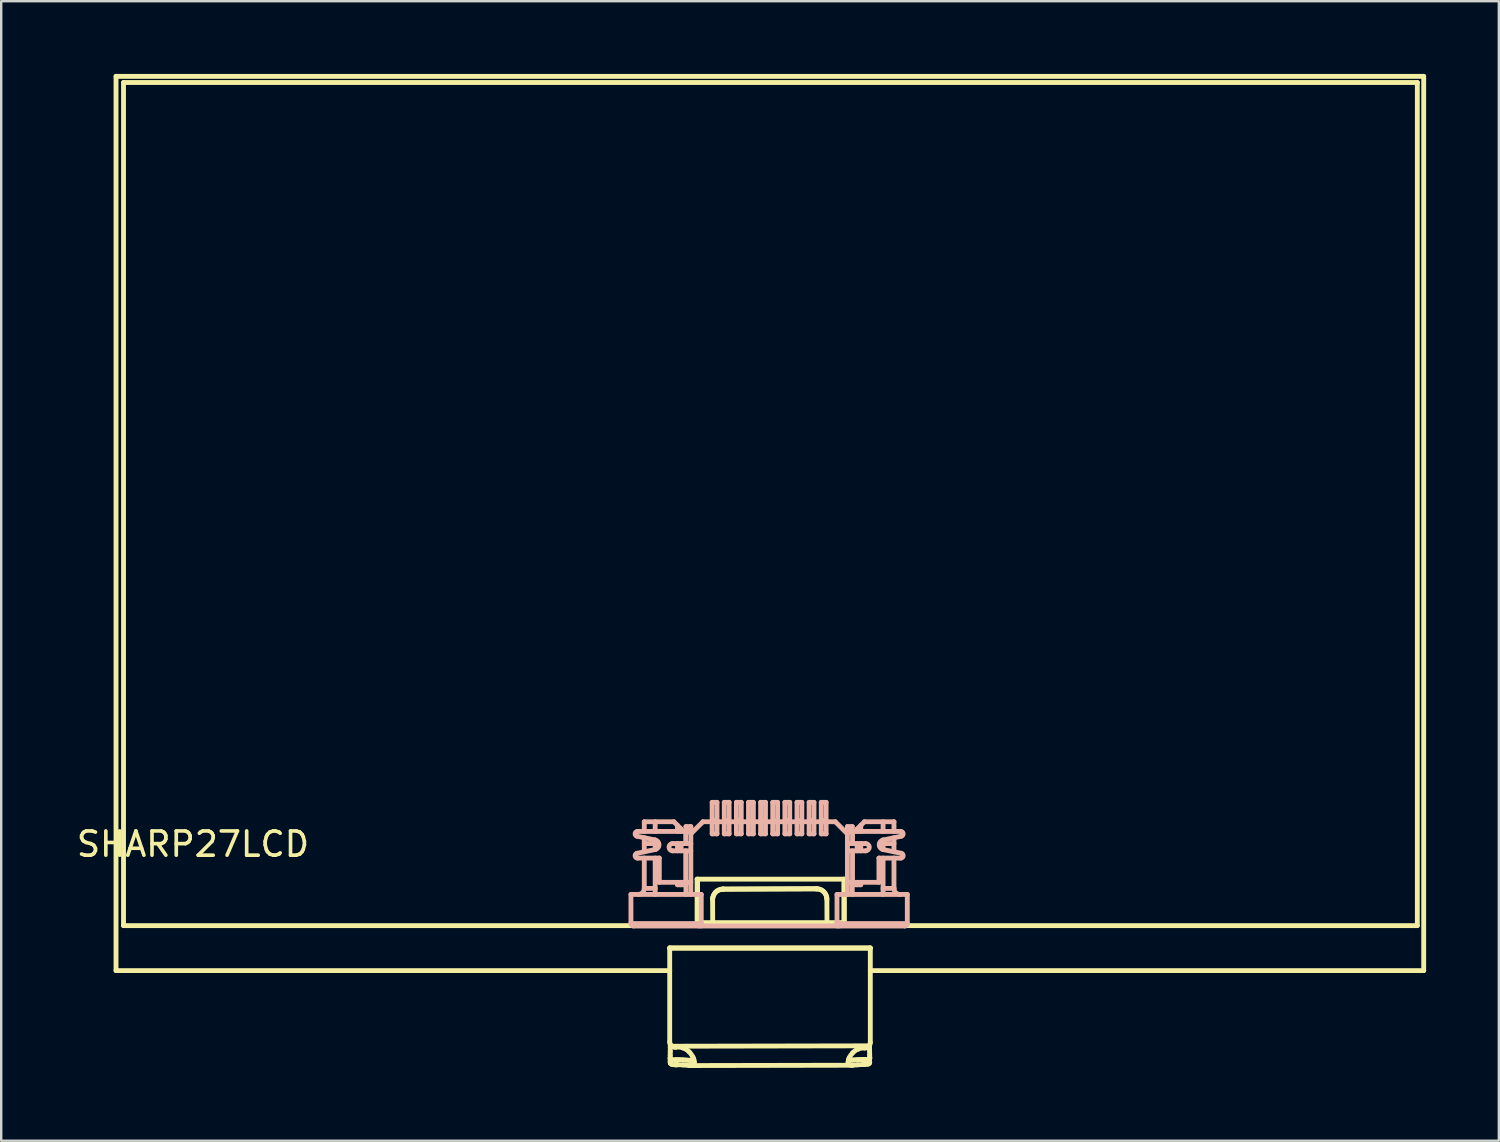
<source format=kicad_pcb>
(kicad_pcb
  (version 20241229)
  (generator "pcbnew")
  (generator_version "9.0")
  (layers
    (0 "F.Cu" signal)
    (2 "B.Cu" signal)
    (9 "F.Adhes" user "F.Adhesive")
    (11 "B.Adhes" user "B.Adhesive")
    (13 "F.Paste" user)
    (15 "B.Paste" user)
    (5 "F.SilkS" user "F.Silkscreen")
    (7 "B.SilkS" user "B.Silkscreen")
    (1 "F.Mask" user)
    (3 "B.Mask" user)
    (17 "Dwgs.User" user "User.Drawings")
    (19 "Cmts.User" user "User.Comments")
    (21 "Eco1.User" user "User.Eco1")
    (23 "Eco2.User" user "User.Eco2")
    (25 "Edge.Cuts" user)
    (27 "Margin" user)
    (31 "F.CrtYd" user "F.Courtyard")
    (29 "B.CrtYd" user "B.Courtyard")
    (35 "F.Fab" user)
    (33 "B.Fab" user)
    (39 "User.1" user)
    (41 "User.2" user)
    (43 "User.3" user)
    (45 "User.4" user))
  (footprint "SHARP27LCD"
    (layer "F.Cu")
    (at 1.507 37.156)
    (property "Reference" "SHARP27LCD" (at 3.404 -5.385 0) (layer "F.SilkS") (effects (font (size 1 1) (thickness 0.15))))
    (attr through_hole)
    (fp_line (start 0.229 -37.056) (end 0.229 -0.169) (stroke (width 0.2) (type solid)) (layer "F.SilkS"))
    (fp_line (start 0.229 -0.169) (end 23.068 -0.169) (stroke (width 0.2) (type solid)) (layer "F.SilkS"))
    (fp_line (start 0.538 -36.802) (end 0.538 -2.025) (stroke (width 0.2) (type solid)) (layer "F.SilkS"))
    (fp_line (start 0.538 -2.025) (end 53.907 -2.025) (stroke (width 0.2) (type solid)) (layer "F.SilkS"))
    (fp_line (start 23.068 -1.092) (end 23.068 2.777) (stroke (width 0.2) (type solid)) (layer "F.SilkS"))
    (fp_line (start 23.068 -1.092) (end 23.072 -1.108) (stroke (width 0.2) (type solid)) (layer "F.SilkS"))
    (fp_line (start 23.087 3.439) (end 23.089 3.624) (stroke (width 0.2) (type solid)) (layer "F.SilkS"))
    (fp_line (start 23.093 3.46) (end 23.095 3.654) (stroke (width 0.2) (type solid)) (layer "F.SilkS"))
    (fp_line (start 23.155 2.95) (end 31.298 2.934) (stroke (width 0.2) (type solid)) (layer "F.SilkS"))
    (fp_line (start 23.333 3.718) (end 23.332 3.51) (stroke (width 0.2) (type solid)) (layer "F.SilkS"))
    (fp_line (start 23.916 3.748) (end 30.594 3.735) (stroke (width 0.2) (type solid)) (layer "F.SilkS"))
    (fp_line (start 24.198 -3.94) (end 30.272 -3.94) (stroke (width 0.2) (type solid)) (layer "F.SilkS"))
    (fp_line (start 24.198 -2.048) (end 24.198 -3.94) (stroke (width 0.2) (type solid)) (layer "F.SilkS"))
    (fp_line (start 24.198 -2.048) (end 24.217 -2.149) (stroke (width 0.2) (type solid)) (layer "F.SilkS"))
    (fp_line (start 24.217 -2.149) (end 24.217 -3.94) (stroke (width 0.2) (type solid)) (layer "F.SilkS"))
    (fp_line (start 24.841 -2.149) (end 24.838 -3.094) (stroke (width 0.2) (type solid)) (layer "F.SilkS"))
    (fp_line (start 24.845 -3.174) (end 24.843 -3.16) (stroke (width 0.2) (type solid)) (layer "F.SilkS"))
    (fp_line (start 25.263 -3.522) (end 29.123 -3.537) (stroke (width 0.2) (type solid)) (layer "F.SilkS"))
    (fp_line (start 25.265 -3.537) (end 25.263 -3.522) (stroke (width 0.2) (type solid)) (layer "F.SilkS"))
    (fp_line (start 25.265 -3.537) (end 29.122 -3.551) (stroke (width 0.2) (type solid)) (layer "F.SilkS"))
    (fp_line (start 29.122 -3.551) (end 29.123 -3.537) (stroke (width 0.2) (type solid)) (layer "F.SilkS"))
    (fp_line (start 29.547 -3.174) (end 29.545 -3.188) (stroke (width 0.2) (type solid)) (layer "F.SilkS"))
    (fp_line (start 29.552 -3.111) (end 29.556 -2.149) (stroke (width 0.2) (type solid)) (layer "F.SilkS"))
    (fp_line (start 30.253 -3.94) (end 30.253 -2.149) (stroke (width 0.2) (type solid)) (layer "F.SilkS"))
    (fp_line (start 30.253 -2.149) (end 24.217 -2.149) (stroke (width 0.2) (type solid)) (layer "F.SilkS"))
    (fp_line (start 30.272 -3.94) (end 30.272 -2.048) (stroke (width 0.2) (type solid)) (layer "F.SilkS"))
    (fp_line (start 30.272 -2.048) (end 24.198 -2.048) (stroke (width 0.2) (type solid)) (layer "F.SilkS"))
    (fp_line (start 30.272 -2.048) (end 30.253 -2.149) (stroke (width 0.2) (type solid)) (layer "F.SilkS"))
    (fp_line (start 31.092 3.707) (end 31.092 3.498) (stroke (width 0.2) (type solid)) (layer "F.SilkS"))
    (fp_line (start 31.314 3.641) (end 31.315 3.447) (stroke (width 0.2) (type solid)) (layer "F.SilkS"))
    (fp_line (start 31.32 3.451) (end 31.32 3.428) (stroke (width 0.2) (type solid)) (layer "F.SilkS"))
    (fp_line (start 31.339 -1.108) (end 23.072 -1.108) (stroke (width 0.2) (type solid)) (layer "F.SilkS"))
    (fp_line (start 31.343 -1.092) (end 23.068 -1.092) (stroke (width 0.2) (type solid)) (layer "F.SilkS"))
    (fp_line (start 31.343 -1.092) (end 31.339 -1.108) (stroke (width 0.2) (type solid)) (layer "F.SilkS"))
    (fp_line (start 31.343 -0.169) (end 54.17 -0.169) (stroke (width 0.2) (type solid)) (layer "F.SilkS"))
    (fp_line (start 31.343 2.802) (end 31.343 -1.092) (stroke (width 0.2) (type solid)) (layer "F.SilkS"))
    (fp_line (start 53.907 -36.802) (end 0.538 -36.802) (stroke (width 0.2) (type solid)) (layer "F.SilkS"))
    (fp_line (start 53.907 -2.025) (end 53.907 -36.802) (stroke (width 0.2) (type solid)) (layer "F.SilkS"))
    (fp_line (start 54.17 -37.056) (end 0.229 -37.056) (stroke (width 0.2) (type solid)) (layer "F.SilkS"))
    (fp_line (start 54.17 -0.169) (end 54.17 -37.056) (stroke (width 0.2) (type solid)) (layer "F.SilkS"))
    (fp_arc (start 23.154666 2.949517) (mid 23.090867 2.873549) (end 23.067975 2.777022) (stroke (width 0.2) (type solid)) (layer "F.SilkS"))
    (fp_arc (start 24.837875 -3.09378) (mid 24.961813 -3.396197) (end 25.263292 -3.522401) (stroke (width 0.2) (type solid)) (layer "F.SilkS"))
    (fp_arc (start 24.844956 -3.17421) (mid 24.988099 -3.432973) (end 25.265101 -3.536503) (stroke (width 0.2) (type solid)) (layer "F.SilkS"))
    (fp_arc (start 29.121699 -3.550977) (mid 29.400763 -3.448427) (end 29.545076 -3.18849) (stroke (width 0.2) (type solid)) (layer "F.SilkS"))
    (fp_arc (start 29.123498 -3.536888) (mid 29.425915 -3.41295) (end 29.552119 -3.111471) (stroke (width 0.2) (type solid)) (layer "F.SilkS"))
    (fp_arc (start 31.342861 2.802226) (mid 31.331218 2.872012) (end 31.29755 2.934238) (stroke (width 0.2) (type solid)) (layer "F.SilkS"))
    (fp_curve (pts (xy 23.087 3.439) (xy 23.088 3.403) (xy 23.089 3.366) (xy 23.089 3.322)) (stroke (width 0.2) (type solid)) (layer "F.SilkS"))
    (fp_curve (pts (xy 23.089 3.322) (xy 23.09 3.277) (xy 23.091 3.224) (xy 23.091 3.168)) (stroke (width 0.2) (type solid)) (layer "F.SilkS"))
    (fp_curve (pts (xy 23.091 3.168) (xy 23.091 3.112) (xy 23.092 3.053) (xy 23.092 2.991)) (stroke (width 0.2) (type solid)) (layer "F.SilkS"))
    (fp_curve (pts (xy 23.092 2.991) (xy 23.092 2.951) (xy 23.091 2.911) (xy 23.091 2.87)) (stroke (width 0.2) (type solid)) (layer "F.SilkS"))
    (fp_curve (pts (xy 23.155 2.949) (xy 23.201 2.985) (xy 23.259 3.002) (xy 23.316 2.993)) (stroke (width 0.2) (type solid)) (layer "F.SilkS"))
    (fp_curve (pts (xy 23.156 3.7) (xy 23.111 3.684) (xy 23.087 3.658) (xy 23.089 3.624)) (stroke (width 0.2) (type solid)) (layer "F.SilkS"))
    (fp_curve (pts (xy 23.167 3.5) (xy 23.12 3.49) (xy 23.085 3.47) (xy 23.087 3.439)) (stroke (width 0.2) (type solid)) (layer "F.SilkS"))
    (fp_curve (pts (xy 23.316 2.995) (xy 23.417 2.974) (xy 23.52 2.987) (xy 23.616 3.02)) (stroke (width 0.2) (type solid)) (layer "F.SilkS"))
    (fp_curve (pts (xy 23.332 3.51) (xy 23.274 3.512) (xy 23.214 3.51) (xy 23.167 3.5)) (stroke (width 0.2) (type solid)) (layer "F.SilkS"))
    (fp_curve (pts (xy 23.333 3.718) (xy 23.267 3.721) (xy 23.2 3.715) (xy 23.156 3.7)) (stroke (width 0.2) (type solid)) (layer "F.SilkS"))
    (fp_curve (pts (xy 23.419 3.508) (xy 23.39 3.508) (xy 23.361 3.509) (xy 23.332 3.51)) (stroke (width 0.2) (type solid)) (layer "F.SilkS"))
    (fp_curve (pts (xy 23.504 3.509) (xy 23.476 3.508) (xy 23.447 3.508) (xy 23.419 3.508)) (stroke (width 0.2) (type solid)) (layer "F.SilkS"))
    (fp_curve (pts (xy 23.613 3.513) (xy 23.577 3.511) (xy 23.541 3.51) (xy 23.504 3.509)) (stroke (width 0.2) (type solid)) (layer "F.SilkS"))
    (fp_curve (pts (xy 23.616 3.02) (xy 23.712 3.054) (xy 23.798 3.111) (xy 23.868 3.18)) (stroke (width 0.2) (type solid)) (layer "F.SilkS"))
    (fp_curve (pts (xy 23.63 3.723) (xy 23.536 3.715) (xy 23.433 3.712) (xy 23.333 3.718)) (stroke (width 0.2) (type solid)) (layer "F.SilkS"))
    (fp_curve (pts (xy 23.716 3.52) (xy 23.683 3.518) (xy 23.648 3.515) (xy 23.613 3.513)) (stroke (width 0.2) (type solid)) (layer "F.SilkS"))
    (fp_curve (pts (xy 23.799 3.527) (xy 23.772 3.525) (xy 23.744 3.522) (xy 23.716 3.52)) (stroke (width 0.2) (type solid)) (layer "F.SilkS"))
    (fp_curve (pts (xy 23.868 3.18) (xy 23.938 3.249) (xy 23.992 3.329) (xy 24.028 3.404)) (stroke (width 0.2) (type solid)) (layer "F.SilkS"))
    (fp_curve (pts (xy 23.873 3.531) (xy 23.85 3.53) (xy 23.825 3.529) (xy 23.799 3.527)) (stroke (width 0.2) (type solid)) (layer "F.SilkS"))
    (fp_curve (pts (xy 23.879 3.747) (xy 23.81 3.743) (xy 23.725 3.731) (xy 23.63 3.723)) (stroke (width 0.2) (type solid)) (layer "F.SilkS"))
    (fp_curve (pts (xy 23.931 3.532) (xy 23.913 3.533) (xy 23.894 3.532) (xy 23.873 3.531)) (stroke (width 0.2) (type solid)) (layer "F.SilkS"))
    (fp_curve (pts (xy 23.981 3.528) (xy 23.966 3.531) (xy 23.949 3.532) (xy 23.931 3.532)) (stroke (width 0.2) (type solid)) (layer "F.SilkS"))
    (fp_curve (pts (xy 24.02 3.52) (xy 24.008 3.523) (xy 23.995 3.526) (xy 23.981 3.528)) (stroke (width 0.2) (type solid)) (layer "F.SilkS"))
    (fp_curve (pts (xy 24.028 3.404) (xy 24.065 3.479) (xy 24.084 3.549) (xy 24.085 3.605)) (stroke (width 0.2) (type solid)) (layer "F.SilkS"))
    (fp_curve (pts (xy 24.034 3.722) (xy 24 3.745) (xy 23.948 3.75) (xy 23.879 3.747)) (stroke (width 0.2) (type solid)) (layer "F.SilkS"))
    (fp_curve (pts (xy 24.049 3.505) (xy 24.041 3.511) (xy 24.031 3.516) (xy 24.02 3.52)) (stroke (width 0.2) (type solid)) (layer "F.SilkS"))
    (fp_curve (pts (xy 24.062 3.492) (xy 24.058 3.496) (xy 24.054 3.501) (xy 24.049 3.505)) (stroke (width 0.2) (type solid)) (layer "F.SilkS"))
    (fp_curve (pts (xy 24.085 3.605) (xy 24.086 3.661) (xy 24.069 3.7) (xy 24.034 3.722)) (stroke (width 0.2) (type solid)) (layer "F.SilkS"))
    (fp_curve (pts (xy 30.426 3.6) (xy 30.427 3.551) (xy 30.444 3.489) (xy 30.476 3.422)) (stroke (width 0.2) (type solid)) (layer "F.SilkS"))
    (fp_curve (pts (xy 30.46 3.494) (xy 30.457 3.491) (xy 30.454 3.488) (xy 30.451 3.485)) (stroke (width 0.2) (type solid)) (layer "F.SilkS"))
    (fp_curve (pts (xy 30.469 3.707) (xy 30.439 3.686) (xy 30.425 3.65) (xy 30.426 3.6)) (stroke (width 0.2) (type solid)) (layer "F.SilkS"))
    (fp_curve (pts (xy 30.476 3.422) (xy 30.508 3.355) (xy 30.555 3.284) (xy 30.617 3.222)) (stroke (width 0.2) (type solid)) (layer "F.SilkS"))
    (fp_curve (pts (xy 30.494 3.51) (xy 30.481 3.506) (xy 30.469 3.501) (xy 30.46 3.494)) (stroke (width 0.2) (type solid)) (layer "F.SilkS"))
    (fp_curve (pts (xy 30.537 3.517) (xy 30.521 3.516) (xy 30.507 3.513) (xy 30.494 3.51)) (stroke (width 0.2) (type solid)) (layer "F.SilkS"))
    (fp_curve (pts (xy 30.6 3.52) (xy 30.577 3.52) (xy 30.556 3.52) (xy 30.537 3.517)) (stroke (width 0.2) (type solid)) (layer "F.SilkS"))
    (fp_curve (pts (xy 30.604 3.735) (xy 30.544 3.736) (xy 30.499 3.729) (xy 30.469 3.707)) (stroke (width 0.2) (type solid)) (layer "F.SilkS"))
    (fp_curve (pts (xy 30.617 3.222) (xy 30.678 3.159) (xy 30.754 3.104) (xy 30.839 3.069)) (stroke (width 0.2) (type solid)) (layer "F.SilkS"))
    (fp_curve (pts (xy 30.67 3.517) (xy 30.645 3.519) (xy 30.622 3.52) (xy 30.6 3.52)) (stroke (width 0.2) (type solid)) (layer "F.SilkS"))
    (fp_curve (pts (xy 30.772 3.51) (xy 30.736 3.512) (xy 30.702 3.515) (xy 30.67 3.517)) (stroke (width 0.2) (type solid)) (layer "F.SilkS"))
    (fp_curve (pts (xy 30.823 3.717) (xy 30.739 3.724) (xy 30.664 3.734) (xy 30.604 3.735)) (stroke (width 0.2) (type solid)) (layer "F.SilkS"))
    (fp_curve (pts (xy 30.839 3.069) (xy 30.924 3.034) (xy 31.017 3.016) (xy 31.11 3.027)) (stroke (width 0.2) (type solid)) (layer "F.SilkS"))
    (fp_curve (pts (xy 30.879 3.503) (xy 30.842 3.505) (xy 30.807 3.507) (xy 30.772 3.51)) (stroke (width 0.2) (type solid)) (layer "F.SilkS"))
    (fp_curve (pts (xy 30.986 3.499) (xy 30.95 3.499) (xy 30.914 3.501) (xy 30.879 3.503)) (stroke (width 0.2) (type solid)) (layer "F.SilkS"))
    (fp_curve (pts (xy 31.092 3.707) (xy 31 3.704) (xy 30.907 3.71) (xy 30.823 3.717)) (stroke (width 0.2) (type solid)) (layer "F.SilkS"))
    (fp_curve (pts (xy 31.092 3.498) (xy 31.057 3.498) (xy 31.021 3.498) (xy 30.986 3.499)) (stroke (width 0.2) (type solid)) (layer "F.SilkS"))
    (fp_curve (pts (xy 31.111 3.024) (xy 31.147 3.027) (xy 31.183 3.02) (xy 31.216 3.004)) (stroke (width 0.2) (type solid)) (layer "F.SilkS"))
    (fp_curve (pts (xy 31.216 3.004) (xy 31.248 2.988) (xy 31.275 2.963) (xy 31.297 2.934)) (stroke (width 0.2) (type solid)) (layer "F.SilkS"))
    (fp_curve (pts (xy 31.248 3.486) (xy 31.203 3.496) (xy 31.148 3.499) (xy 31.092 3.498)) (stroke (width 0.2) (type solid)) (layer "F.SilkS"))
    (fp_curve (pts (xy 31.259 3.686) (xy 31.218 3.702) (xy 31.156 3.708) (xy 31.092 3.707)) (stroke (width 0.2) (type solid)) (layer "F.SilkS"))
    (fp_curve (pts (xy 31.311 2.907) (xy 31.311 2.931) (xy 31.311 2.954) (xy 31.312 2.978)) (stroke (width 0.2) (type solid)) (layer "F.SilkS"))
    (fp_curve (pts (xy 31.312 2.978) (xy 31.312 3.04) (xy 31.313 3.1) (xy 31.314 3.156)) (stroke (width 0.2) (type solid)) (layer "F.SilkS"))
    (fp_curve (pts (xy 31.314 3.156) (xy 31.315 3.213) (xy 31.316 3.266) (xy 31.317 3.311)) (stroke (width 0.2) (type solid)) (layer "F.SilkS"))
    (fp_curve (pts (xy 31.317 3.311) (xy 31.318 3.355) (xy 31.319 3.392) (xy 31.32 3.428)) (stroke (width 0.2) (type solid)) (layer "F.SilkS"))
    (fp_curve (pts (xy 31.319 3.614) (xy 31.32 3.646) (xy 31.299 3.671) (xy 31.259 3.686)) (stroke (width 0.2) (type solid)) (layer "F.SilkS"))
    (fp_curve (pts (xy 31.32 3.428) (xy 31.321 3.456) (xy 31.292 3.475) (xy 31.248 3.486)) (stroke (width 0.2) (type solid)) (layer "F.SilkS"))
    (fp_line (start 21.469 -3.31) (end 24.369 -3.31) (stroke (width 0.2) (type solid)) (layer "B.SilkS"))
    (fp_line (start 21.469 -2.11) (end 21.469 -3.31) (stroke (width 0.2) (type solid)) (layer "B.SilkS"))
    (fp_line (start 21.469 -2.11) (end 24.369 -2.11) (stroke (width 0.2) (type solid)) (layer "B.SilkS"))
    (fp_line (start 21.569 -2.01) (end 32.769 -2.01) (stroke (width 0.2) (type solid)) (layer "B.SilkS"))
    (fp_line (start 21.719 -5.712) (end 22.47 -5.556) (stroke (width 0.2) (type solid)) (layer "B.SilkS"))
    (fp_line (start 21.739 -5.91) (end 23.939 -5.91) (stroke (width 0.2) (type solid)) (layer "B.SilkS"))
    (fp_line (start 21.739 -4.81) (end 22.639 -4.81) (stroke (width 0.2) (type solid)) (layer "B.SilkS"))
    (fp_line (start 22.019 -6.31) (end 23.239 -6.31) (stroke (width 0.2) (type solid)) (layer "B.SilkS"))
    (fp_line (start 22.019 -5.91) (end 22.019 -6.31) (stroke (width 0.2) (type solid)) (layer "B.SilkS"))
    (fp_line (start 22.019 -5.65) (end 22.019 -5.07) (stroke (width 0.2) (type solid)) (layer "B.SilkS"))
    (fp_line (start 22.019 -4.81) (end 22.019 -3.56) (stroke (width 0.2) (type solid)) (layer "B.SilkS"))
    (fp_line (start 22.019 -3.56) (end 22.469 -3.56) (stroke (width 0.2) (type solid)) (layer "B.SilkS"))
    (fp_line (start 22.469 -6.31) (end 22.469 -5.91) (stroke (width 0.2) (type solid)) (layer "B.SilkS"))
    (fp_line (start 22.469 -5.556) (end 22.469 -5.164) (stroke (width 0.2) (type solid)) (layer "B.SilkS"))
    (fp_line (start 22.469 -5.41) (end 22.019 -5.41) (stroke (width 0.2) (type solid)) (layer "B.SilkS"))
    (fp_line (start 22.469 -4.81) (end 22.469 -3.31) (stroke (width 0.2) (type solid)) (layer "B.SilkS"))
    (fp_line (start 22.47 -5.164) (end 21.719 -5.008) (stroke (width 0.2) (type solid)) (layer "B.SilkS"))
    (fp_line (start 22.639 -3.81) (end 22.639 -4.81) (stroke (width 0.2) (type solid)) (layer "B.SilkS"))
    (fp_line (start 22.639 -3.81) (end 23.939 -3.81) (stroke (width 0.2) (type solid)) (layer "B.SilkS"))
    (fp_line (start 23.189 -5.41) (end 23.939 -5.41) (stroke (width 0.2) (type solid)) (layer "B.SilkS"))
    (fp_line (start 23.389 -5.91) (end 23.389 -6.16) (stroke (width 0.2) (type solid)) (layer "B.SilkS"))
    (fp_line (start 23.389 -5.11) (end 23.389 -5.41) (stroke (width 0.2) (type solid)) (layer "B.SilkS"))
    (fp_line (start 23.389 -3.71) (end 23.389 -3.81) (stroke (width 0.2) (type solid)) (layer "B.SilkS"))
    (fp_line (start 23.389 -3.71) (end 23.739 -3.71) (stroke (width 0.2) (type solid)) (layer "B.SilkS"))
    (fp_line (start 23.539 -6.01) (end 23.239 -6.31) (stroke (width 0.2) (type solid)) (layer "B.SilkS"))
    (fp_line (start 23.539 -6.01) (end 23.539 -5.91) (stroke (width 0.2) (type solid)) (layer "B.SilkS"))
    (fp_line (start 23.539 -5.41) (end 23.539 -5.11) (stroke (width 0.2) (type solid)) (layer "B.SilkS"))
    (fp_line (start 23.539 -3.81) (end 23.539 -3.71) (stroke (width 0.2) (type solid)) (layer "B.SilkS"))
    (fp_line (start 23.729 -5.41) (end 23.729 -5.91) (stroke (width 0.2) (type solid)) (layer "B.SilkS"))
    (fp_line (start 23.729 -3.81) (end 23.729 -5.11) (stroke (width 0.2) (type solid)) (layer "B.SilkS"))
    (fp_line (start 23.739 -6.11) (end 23.739 -5.91) (stroke (width 0.2) (type solid)) (layer "B.SilkS"))
    (fp_line (start 23.739 -6.11) (end 23.939 -6.11) (stroke (width 0.2) (type solid)) (layer "B.SilkS"))
    (fp_line (start 23.739 -3.71) (end 23.739 -3.31) (stroke (width 0.2) (type solid)) (layer "B.SilkS"))
    (fp_line (start 23.939 -5.11) (end 23.189 -5.11) (stroke (width 0.2) (type solid)) (layer "B.SilkS"))
    (fp_line (start 23.939 -3.31) (end 23.939 -6.11) (stroke (width 0.2) (type solid)) (layer "B.SilkS"))
    (fp_line (start 24.369 -2.01) (end 24.369 -3.31) (stroke (width 0.2) (type solid)) (layer "B.SilkS"))
    (fp_line (start 24.439 -6.31) (end 23.939 -5.81) (stroke (width 0.2) (type solid)) (layer "B.SilkS"))
    (fp_line (start 24.819 -7.11) (end 24.819 -5.81) (stroke (width 0.2) (type solid)) (layer "B.SilkS"))
    (fp_line (start 25.019 -7.11) (end 24.819 -7.11) (stroke (width 0.2) (type solid)) (layer "B.SilkS"))
    (fp_line (start 25.019 -7.11) (end 25.019 -5.81) (stroke (width 0.2) (type solid)) (layer "B.SilkS"))
    (fp_line (start 25.019 -6.36) (end 24.819 -6.36) (stroke (width 0.2) (type solid)) (layer "B.SilkS"))
    (fp_line (start 25.019 -5.81) (end 24.819 -5.81) (stroke (width 0.2) (type solid)) (layer "B.SilkS"))
    (fp_line (start 25.319 -7.11) (end 25.319 -5.81) (stroke (width 0.2) (type solid)) (layer "B.SilkS"))
    (fp_line (start 25.519 -7.11) (end 25.319 -7.11) (stroke (width 0.2) (type solid)) (layer "B.SilkS"))
    (fp_line (start 25.519 -7.11) (end 25.519 -5.81) (stroke (width 0.2) (type solid)) (layer "B.SilkS"))
    (fp_line (start 25.519 -6.36) (end 25.319 -6.36) (stroke (width 0.2) (type solid)) (layer "B.SilkS"))
    (fp_line (start 25.519 -5.81) (end 25.319 -5.81) (stroke (width 0.2) (type solid)) (layer "B.SilkS"))
    (fp_line (start 25.819 -7.11) (end 25.819 -5.81) (stroke (width 0.2) (type solid)) (layer "B.SilkS"))
    (fp_line (start 26.019 -7.11) (end 25.819 -7.11) (stroke (width 0.2) (type solid)) (layer "B.SilkS"))
    (fp_line (start 26.019 -7.11) (end 26.019 -5.81) (stroke (width 0.2) (type solid)) (layer "B.SilkS"))
    (fp_line (start 26.019 -6.36) (end 25.819 -6.36) (stroke (width 0.2) (type solid)) (layer "B.SilkS"))
    (fp_line (start 26.019 -5.81) (end 25.819 -5.81) (stroke (width 0.2) (type solid)) (layer "B.SilkS"))
    (fp_line (start 26.319 -7.11) (end 26.319 -5.81) (stroke (width 0.2) (type solid)) (layer "B.SilkS"))
    (fp_line (start 26.519 -7.11) (end 26.319 -7.11) (stroke (width 0.2) (type solid)) (layer "B.SilkS"))
    (fp_line (start 26.519 -7.11) (end 26.519 -5.81) (stroke (width 0.2) (type solid)) (layer "B.SilkS"))
    (fp_line (start 26.519 -6.36) (end 26.319 -6.36) (stroke (width 0.2) (type solid)) (layer "B.SilkS"))
    (fp_line (start 26.519 -5.81) (end 26.319 -5.81) (stroke (width 0.2) (type solid)) (layer "B.SilkS"))
    (fp_line (start 26.819 -7.11) (end 26.819 -5.81) (stroke (width 0.2) (type solid)) (layer "B.SilkS"))
    (fp_line (start 27.019 -7.11) (end 26.819 -7.11) (stroke (width 0.2) (type solid)) (layer "B.SilkS"))
    (fp_line (start 27.019 -7.11) (end 27.019 -5.81) (stroke (width 0.2) (type solid)) (layer "B.SilkS"))
    (fp_line (start 27.019 -6.36) (end 26.819 -6.36) (stroke (width 0.2) (type solid)) (layer "B.SilkS"))
    (fp_line (start 27.019 -5.81) (end 26.819 -5.81) (stroke (width 0.2) (type solid)) (layer "B.SilkS"))
    (fp_line (start 27.319 -7.11) (end 27.319 -5.81) (stroke (width 0.2) (type solid)) (layer "B.SilkS"))
    (fp_line (start 27.519 -7.11) (end 27.319 -7.11) (stroke (width 0.2) (type solid)) (layer "B.SilkS"))
    (fp_line (start 27.519 -7.11) (end 27.519 -5.81) (stroke (width 0.2) (type solid)) (layer "B.SilkS"))
    (fp_line (start 27.519 -6.36) (end 27.319 -6.36) (stroke (width 0.2) (type solid)) (layer "B.SilkS"))
    (fp_line (start 27.519 -5.81) (end 27.319 -5.81) (stroke (width 0.2) (type solid)) (layer "B.SilkS"))
    (fp_line (start 27.819 -7.11) (end 27.819 -5.81) (stroke (width 0.2) (type solid)) (layer "B.SilkS"))
    (fp_line (start 28.019 -7.11) (end 27.819 -7.11) (stroke (width 0.2) (type solid)) (layer "B.SilkS"))
    (fp_line (start 28.019 -7.11) (end 28.019 -5.81) (stroke (width 0.2) (type solid)) (layer "B.SilkS"))
    (fp_line (start 28.019 -6.36) (end 27.819 -6.36) (stroke (width 0.2) (type solid)) (layer "B.SilkS"))
    (fp_line (start 28.019 -5.81) (end 27.819 -5.81) (stroke (width 0.2) (type solid)) (layer "B.SilkS"))
    (fp_line (start 28.319 -7.11) (end 28.319 -5.81) (stroke (width 0.2) (type solid)) (layer "B.SilkS"))
    (fp_line (start 28.519 -7.11) (end 28.319 -7.11) (stroke (width 0.2) (type solid)) (layer "B.SilkS"))
    (fp_line (start 28.519 -7.11) (end 28.519 -5.81) (stroke (width 0.2) (type solid)) (layer "B.SilkS"))
    (fp_line (start 28.519 -6.36) (end 28.319 -6.36) (stroke (width 0.2) (type solid)) (layer "B.SilkS"))
    (fp_line (start 28.519 -5.81) (end 28.319 -5.81) (stroke (width 0.2) (type solid)) (layer "B.SilkS"))
    (fp_line (start 28.819 -7.11) (end 28.819 -5.81) (stroke (width 0.2) (type solid)) (layer "B.SilkS"))
    (fp_line (start 29.019 -7.11) (end 28.819 -7.11) (stroke (width 0.2) (type solid)) (layer "B.SilkS"))
    (fp_line (start 29.019 -7.11) (end 29.019 -5.81) (stroke (width 0.2) (type solid)) (layer "B.SilkS"))
    (fp_line (start 29.019 -6.36) (end 28.819 -6.36) (stroke (width 0.2) (type solid)) (layer "B.SilkS"))
    (fp_line (start 29.019 -5.81) (end 28.819 -5.81) (stroke (width 0.2) (type solid)) (layer "B.SilkS"))
    (fp_line (start 29.319 -7.11) (end 29.319 -5.81) (stroke (width 0.2) (type solid)) (layer "B.SilkS"))
    (fp_line (start 29.519 -7.11) (end 29.319 -7.11) (stroke (width 0.2) (type solid)) (layer "B.SilkS"))
    (fp_line (start 29.519 -7.11) (end 29.519 -5.81) (stroke (width 0.2) (type solid)) (layer "B.SilkS"))
    (fp_line (start 29.519 -6.36) (end 29.319 -6.36) (stroke (width 0.2) (type solid)) (layer "B.SilkS"))
    (fp_line (start 29.519 -5.81) (end 29.319 -5.81) (stroke (width 0.2) (type solid)) (layer "B.SilkS"))
    (fp_line (start 29.899 -6.31) (end 24.439 -6.31) (stroke (width 0.2) (type solid)) (layer "B.SilkS"))
    (fp_line (start 29.969 -3.31) (end 32.869 -3.31) (stroke (width 0.2) (type solid)) (layer "B.SilkS"))
    (fp_line (start 29.969 -2.11) (end 32.869 -2.11) (stroke (width 0.2) (type solid)) (layer "B.SilkS"))
    (fp_line (start 29.969 -2.01) (end 29.969 -3.31) (stroke (width 0.2) (type solid)) (layer "B.SilkS"))
    (fp_line (start 30.399 -6.11) (end 30.399 -3.31) (stroke (width 0.2) (type solid)) (layer "B.SilkS"))
    (fp_line (start 30.399 -5.81) (end 29.899 -6.31) (stroke (width 0.2) (type solid)) (layer "B.SilkS"))
    (fp_line (start 30.399 -5.41) (end 31.149 -5.41) (stroke (width 0.2) (type solid)) (layer "B.SilkS"))
    (fp_line (start 30.599 -6.11) (end 30.399 -6.11) (stroke (width 0.2) (type solid)) (layer "B.SilkS"))
    (fp_line (start 30.599 -5.91) (end 30.599 -6.11) (stroke (width 0.2) (type solid)) (layer "B.SilkS"))
    (fp_line (start 30.599 -3.71) (end 30.599 -3.31) (stroke (width 0.2) (type solid)) (layer "B.SilkS"))
    (fp_line (start 30.599 -3.71) (end 30.949 -3.71) (stroke (width 0.2) (type solid)) (layer "B.SilkS"))
    (fp_line (start 30.609 -5.41) (end 30.609 -5.91) (stroke (width 0.2) (type solid)) (layer "B.SilkS"))
    (fp_line (start 30.609 -3.81) (end 30.609 -5.11) (stroke (width 0.2) (type solid)) (layer "B.SilkS"))
    (fp_line (start 30.799 -5.91) (end 30.799 -6.01) (stroke (width 0.2) (type solid)) (layer "B.SilkS"))
    (fp_line (start 30.799 -5.11) (end 30.799 -5.41) (stroke (width 0.2) (type solid)) (layer "B.SilkS"))
    (fp_line (start 30.799 -3.71) (end 30.799 -3.81) (stroke (width 0.2) (type solid)) (layer "B.SilkS"))
    (fp_line (start 30.949 -6.16) (end 30.949 -5.91) (stroke (width 0.2) (type solid)) (layer "B.SilkS"))
    (fp_line (start 30.949 -5.41) (end 30.949 -5.11) (stroke (width 0.2) (type solid)) (layer "B.SilkS"))
    (fp_line (start 30.949 -3.81) (end 30.949 -3.71) (stroke (width 0.2) (type solid)) (layer "B.SilkS"))
    (fp_line (start 31.099 -6.31) (end 30.799 -6.01) (stroke (width 0.2) (type solid)) (layer "B.SilkS"))
    (fp_line (start 31.099 -6.31) (end 32.319 -6.31) (stroke (width 0.2) (type solid)) (layer "B.SilkS"))
    (fp_line (start 31.149 -5.11) (end 30.399 -5.11) (stroke (width 0.2) (type solid)) (layer "B.SilkS"))
    (fp_line (start 31.699 -3.81) (end 30.399 -3.81) (stroke (width 0.2) (type solid)) (layer "B.SilkS"))
    (fp_line (start 31.699 -3.81) (end 31.699 -4.81) (stroke (width 0.2) (type solid)) (layer "B.SilkS"))
    (fp_line (start 31.869 -5.164) (end 32.62 -5.008) (stroke (width 0.2) (type solid)) (layer "B.SilkS"))
    (fp_line (start 31.869 -6.31) (end 31.869 -5.91) (stroke (width 0.2) (type solid)) (layer "B.SilkS"))
    (fp_line (start 31.869 -5.556) (end 31.869 -5.164) (stroke (width 0.2) (type solid)) (layer "B.SilkS"))
    (fp_line (start 31.869 -4.81) (end 31.869 -3.31) (stroke (width 0.2) (type solid)) (layer "B.SilkS"))
    (fp_line (start 31.869 -3.56) (end 32.319 -3.56) (stroke (width 0.2) (type solid)) (layer "B.SilkS"))
    (fp_line (start 32.319 -6.31) (end 32.319 -5.91) (stroke (width 0.2) (type solid)) (layer "B.SilkS"))
    (fp_line (start 32.319 -5.649) (end 32.319 -5.07) (stroke (width 0.2) (type solid)) (layer "B.SilkS"))
    (fp_line (start 32.319 -5.41) (end 31.869 -5.41) (stroke (width 0.2) (type solid)) (layer "B.SilkS"))
    (fp_line (start 32.319 -4.81) (end 32.319 -3.56) (stroke (width 0.2) (type solid)) (layer "B.SilkS"))
    (fp_line (start 32.599 -5.91) (end 30.399 -5.91) (stroke (width 0.2) (type solid)) (layer "B.SilkS"))
    (fp_line (start 32.6 -4.81) (end 31.699 -4.81) (stroke (width 0.2) (type solid)) (layer "B.SilkS"))
    (fp_line (start 32.62 -5.712) (end 31.868 -5.555) (stroke (width 0.2) (type solid)) (layer "B.SilkS"))
    (fp_line (start 32.869 -2.11) (end 32.869 -3.31) (stroke (width 0.2) (type solid)) (layer "B.SilkS"))
    (fp_arc (start 21.5692 -2.010001) (mid 21.49849 -2.03929) (end 21.469201 -2.11) (stroke (width 0.2) (type solid)) (layer "B.SilkS"))
    (fp_arc (start 21.718829 -5.712098) (mid 21.639727 -5.820239) (end 21.7392 -5.909999) (stroke (width 0.2) (type solid)) (layer "B.SilkS"))
    (fp_arc (start 21.739199 -4.81) (mid 21.639726 -4.899761) (end 21.718829 -5.007903) (stroke (width 0.2) (type solid)) (layer "B.SilkS"))
    (fp_arc (start 22.0192 -3.56) (mid 21.945977 -3.383223) (end 21.7692 -3.31) (stroke (width 0.2) (type solid)) (layer "B.SilkS"))
    (fp_arc (start 22.469943 -5.555807) (mid 22.629201 -5.36) (end 22.469944 -5.164193) (stroke (width 0.2) (type solid)) (layer "B.SilkS"))
    (fp_arc (start 23.1892 -5.11) (mid 23.0392 -5.26) (end 23.1892 -5.41) (stroke (width 0.2) (type solid)) (layer "B.SilkS"))
    (fp_arc (start 24.369199 -2.11) (mid 24.33991 -2.03929) (end 24.2692 -2.010001) (stroke (width 0.2) (type solid)) (layer "B.SilkS"))
    (fp_arc (start 30.0692 -2.01) (mid 29.998489 -2.039289) (end 29.9692 -2.11) (stroke (width 0.2) (type solid)) (layer "B.SilkS"))
    (fp_arc (start 31.1492 -5.410001) (mid 31.299201 -5.26) (end 31.1492 -5.109999) (stroke (width 0.2) (type solid)) (layer "B.SilkS"))
    (fp_arc (start 31.868585 -5.163766) (mid 31.7092 -5.359482) (end 31.868356 -5.555384) (stroke (width 0.2) (type solid)) (layer "B.SilkS"))
    (fp_arc (start 32.5692 -3.309999) (mid 32.392423 -3.383223) (end 32.319199 -3.56) (stroke (width 0.2) (type solid)) (layer "B.SilkS"))
    (fp_arc (start 32.599201 -5.91) (mid 32.698672 -5.820264) (end 32.619621 -5.712107) (stroke (width 0.2) (type solid)) (layer "B.SilkS"))
    (fp_arc (start 32.62003 -5.007916) (mid 32.699199 -4.899793) (end 32.599722 -4.81) (stroke (width 0.2) (type solid)) (layer "B.SilkS"))
    (fp_arc (start 32.869199 -2.11) (mid 32.83991 -2.03929) (end 32.7692 -2.010001) (stroke (width 0.2) (type solid)) (layer "B.SilkS")))
  (gr_rect
    (start -3 -3)
    (end 58.777 44.004)
    (stroke (width 0.1) (type default))
    (fill no)
    (layer "Edge.Cuts")))
</source>
